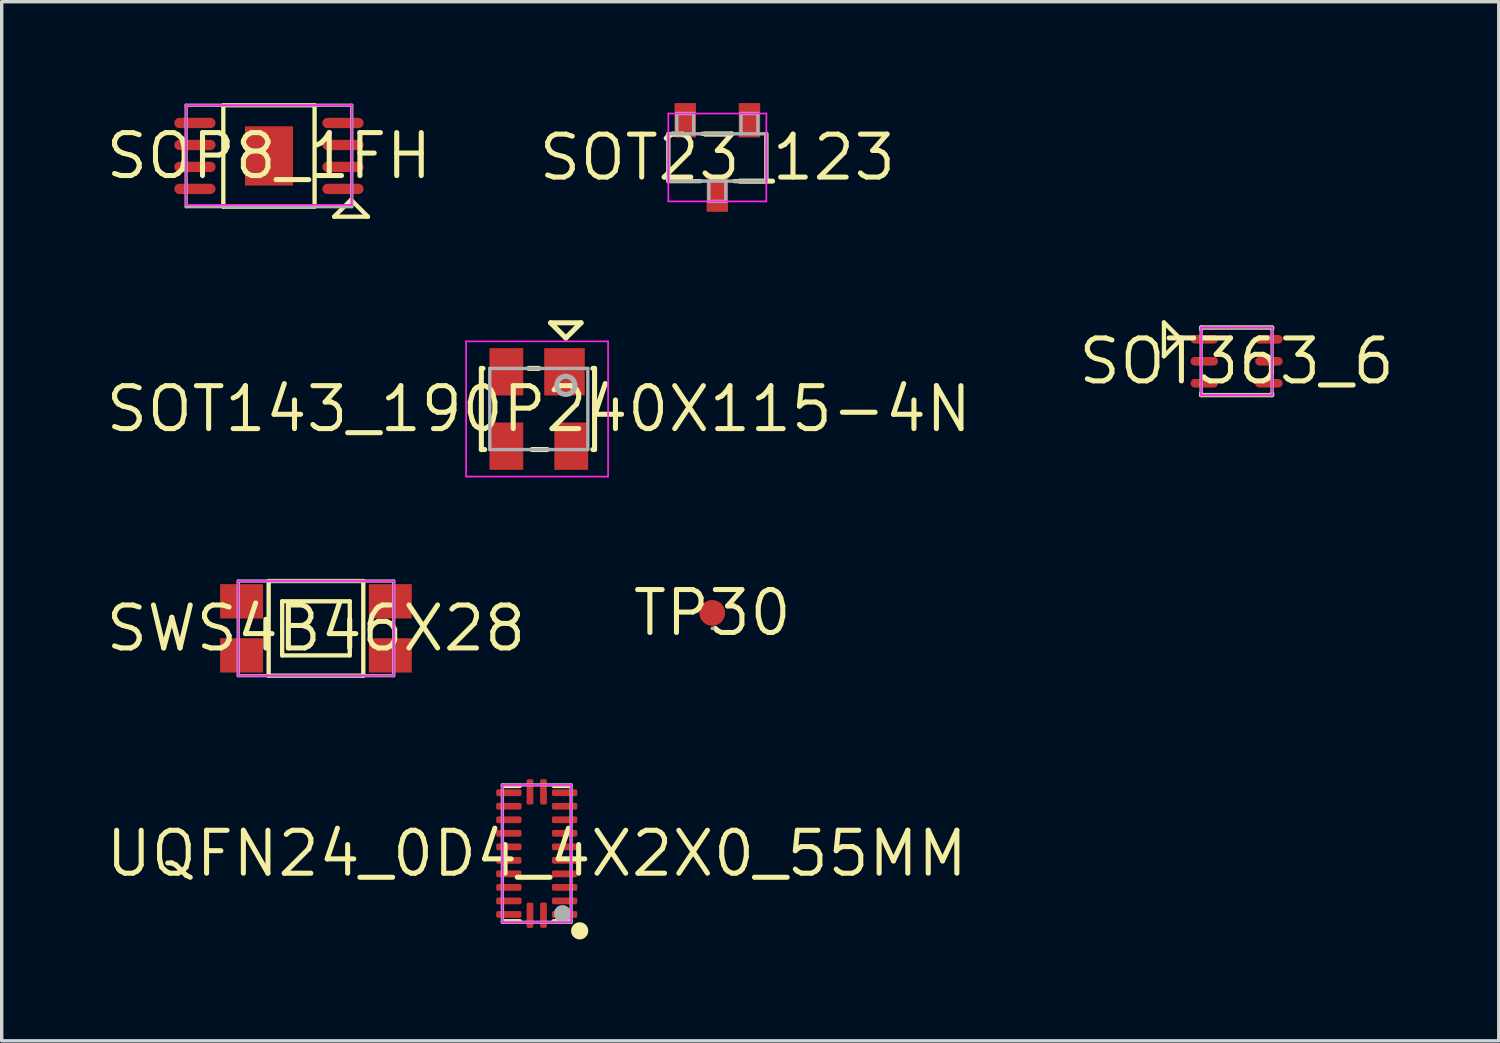
<source format=kicad_pcb>
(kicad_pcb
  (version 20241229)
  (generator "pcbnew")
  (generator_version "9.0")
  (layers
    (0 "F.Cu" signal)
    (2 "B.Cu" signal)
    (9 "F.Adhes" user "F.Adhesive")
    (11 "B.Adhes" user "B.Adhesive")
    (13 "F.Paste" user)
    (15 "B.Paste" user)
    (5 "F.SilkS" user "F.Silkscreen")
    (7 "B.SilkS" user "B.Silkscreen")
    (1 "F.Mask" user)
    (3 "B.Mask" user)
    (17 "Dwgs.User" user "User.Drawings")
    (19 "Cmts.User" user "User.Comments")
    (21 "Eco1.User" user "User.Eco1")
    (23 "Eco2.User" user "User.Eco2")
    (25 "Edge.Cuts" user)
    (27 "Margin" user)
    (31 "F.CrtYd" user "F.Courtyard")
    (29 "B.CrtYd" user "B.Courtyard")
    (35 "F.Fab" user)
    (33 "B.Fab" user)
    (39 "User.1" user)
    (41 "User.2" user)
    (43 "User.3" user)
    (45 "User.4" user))
  (footprint "SWS4B46X28"
    (layer "F.Cu")
    (at 6.297 15.538)
    (property "Reference" "SWS4B46X28" (at 0 0 0) (layer "F.SilkS") (effects (font (size 1.27 1.27) (thickness 0.15))))
    (fp_line (start -1.4 -1.4) (end -1.4 1.4) (stroke (width 0.127) (type solid)) (layer "F.SilkS"))
    (fp_line (start -1.4 1.4) (end 1.4 1.4) (stroke (width 0.127) (type solid)) (layer "F.SilkS"))
    (fp_line (start -1 -0.8) (end -1 0.8) (stroke (width 0.127) (type solid)) (layer "F.SilkS"))
    (fp_line (start -1 0.8) (end 1 0.8) (stroke (width 0.127) (type solid)) (layer "F.SilkS"))
    (fp_line (start 1 -0.8) (end -1 -0.8) (stroke (width 0.127) (type solid)) (layer "F.SilkS"))
    (fp_line (start 1 0.8) (end 1 -0.8) (stroke (width 0.127) (type solid)) (layer "F.SilkS"))
    (fp_line (start 1.4 -1.4) (end -1.4 -1.4) (stroke (width 0.127) (type solid)) (layer "F.SilkS"))
    (fp_line (start 1.4 1.4) (end 1.4 -1.4) (stroke (width 0.127) (type solid)) (layer "F.SilkS"))
    (fp_line (start -2.3 -1.4) (end 2.3 -1.4) (stroke (width 0.05) (type solid)) (layer "F.CrtYd"))
    (fp_line (start -2.3 1.4) (end -2.3 -1.4) (stroke (width 0.05) (type solid)) (layer "F.CrtYd"))
    (fp_line (start 2.3 -1.4) (end 2.3 1.4) (stroke (width 0.05) (type solid)) (layer "F.CrtYd"))
    (fp_line (start 2.3 1.4) (end -2.3 1.4) (stroke (width 0.05) (type solid)) (layer "F.CrtYd"))
    (fp_line (start -2.3 -1.4) (end -2.3 1.4) (stroke (width 0.1) (type solid)) (layer "F.Fab"))
    (fp_line (start -2.3 1.4) (end 2.3 1.4) (stroke (width 0.1) (type solid)) (layer "F.Fab"))
    (fp_line (start 2.3 -1.4) (end -2.3 -1.4) (stroke (width 0.1) (type solid)) (layer "F.Fab"))
    (fp_line (start 2.3 1.4) (end 2.3 -1.4) (stroke (width 0.1) (type solid)) (layer "F.Fab"))
    (pad "1" smd rect (at -2.2 0.8 270) (size 1.016 1.27) (layers "F.Cu" "F.Mask" "F.Paste"))
    (pad "2" smd rect (at -2.2 -0.8 270) (size 1.016 1.27) (layers "F.Cu" "F.Mask" "F.Paste"))
    (pad "3" smd rect (at 2.2 0.8 270) (size 1.016 1.27) (layers "F.Cu" "F.Mask" "F.Paste"))
    (pad "4" smd rect (at 2.2 -0.8 270) (size 1.016 1.27) (layers "F.Cu" "F.Mask" "F.Paste")))
  (footprint "TP30"
    (layer "F.Cu")
    (at 18.02 15.081)
    (property "Reference" "TP30" (at 0 0 180) (layer "F.SilkS") (effects (font (size 1.27 1.27) (thickness 0.15))))
    (fp_line (start 0 0.457) (end 0.025 0.457) (stroke (width 0.1) (type solid)) (layer "F.Fab"))
    (pad "1" smd circle (at 0 0) (size 0.762 0.762) (layers "F.Cu" "F.Mask" "F.Paste")))
  (footprint "UQFN24_0D4_4X2X0_55MM"
    (layer "F.Cu")
    (at 12.828 22.201)
    (property "Reference" "UQFN24_0D4_4X2X0_55MM" (at 0 0 180) (layer "F.SilkS") (effects (font (size 1.27 1.27) (thickness 0.15))))
    (fp_line (start -1 -2) (end -0.5 -2) (stroke (width 0.127) (type solid)) (layer "F.SilkS"))
    (fp_line (start -1 2) (end -0.5 2) (stroke (width 0.127) (type solid)) (layer "F.SilkS"))
    (fp_line (start 0.5 -2) (end 1 -2) (stroke (width 0.127) (type solid)) (layer "F.SilkS"))
    (fp_line (start 1 2) (end 0.5 2) (stroke (width 0.127) (type solid)) (layer "F.SilkS"))
    (fp_arc (start 1.27 2.159) (mid 1.27 2.413) (end 1.27 2.159) (stroke (width 0.254) (type solid)) (layer "F.SilkS"))
    (fp_line (start -1.016 -2.032) (end 1.016 -2.032) (stroke (width 0.05) (type solid)) (layer "F.CrtYd"))
    (fp_line (start -1.016 2.032) (end -1.016 -2.032) (stroke (width 0.05) (type solid)) (layer "F.CrtYd"))
    (fp_line (start 1.016 -2.032) (end 1.016 2.032) (stroke (width 0.05) (type solid)) (layer "F.CrtYd"))
    (fp_line (start 1.016 2.032) (end -1.016 2.032) (stroke (width 0.05) (type solid)) (layer "F.CrtYd"))
    (fp_line (start -1.016 -2.032) (end 1.016 -2.032) (stroke (width 0.1) (type solid)) (layer "F.Fab"))
    (fp_line (start -1.016 2.032) (end -1.016 -2.032) (stroke (width 0.1) (type solid)) (layer "F.Fab"))
    (fp_line (start 1.016 -2.032) (end 1.016 2.032) (stroke (width 0.1) (type solid)) (layer "F.Fab"))
    (fp_line (start 1.016 2.032) (end -1.016 2.032) (stroke (width 0.1) (type solid)) (layer "F.Fab"))
    (fp_arc (start 0.762 1.651) (mid 0.762 1.905) (end 0.762 1.651) (stroke (width 0.254) (type solid)) (layer "F.Fab"))
    (pad "1" smd roundrect (at 0.825 1.8 90) (size 0.2 0.75) (layers "F.Cu" "F.Mask" "F.Paste") (roundrect_rratio 0.25))
    (pad "2" smd roundrect (at 0.825 1.4 90) (size 0.2 0.75) (layers "F.Cu" "F.Mask" "F.Paste") (roundrect_rratio 0.25))
    (pad "3" smd roundrect (at 0.825 1 90) (size 0.2 0.75) (layers "F.Cu" "F.Mask" "F.Paste") (roundrect_rratio 0.25))
    (pad "4" smd roundrect (at 0.825 0.6 90) (size 0.2 0.75) (layers "F.Cu" "F.Mask" "F.Paste") (roundrect_rratio 0.25))
    (pad "5" smd roundrect (at 0.825 0.2 90) (size 0.2 0.75) (layers "F.Cu" "F.Mask" "F.Paste") (roundrect_rratio 0.25))
    (pad "6" smd roundrect (at 0.825 -0.2 90) (size 0.2 0.75) (layers "F.Cu" "F.Mask" "F.Paste") (roundrect_rratio 0.25))
    (pad "7" smd roundrect (at 0.825 -0.6 90) (size 0.2 0.75) (layers "F.Cu" "F.Mask" "F.Paste") (roundrect_rratio 0.25))
    (pad "8" smd roundrect (at 0.825 -1 90) (size 0.2 0.75) (layers "F.Cu" "F.Mask" "F.Paste") (roundrect_rratio 0.25))
    (pad "9" smd roundrect (at 0.825 -1.4 90) (size 0.2 0.75) (layers "F.Cu" "F.Mask" "F.Paste") (roundrect_rratio 0.25))
    (pad "10" smd roundrect (at 0.825 -1.8 90) (size 0.2 0.75) (layers "F.Cu" "F.Mask" "F.Paste") (roundrect_rratio 0.25))
    (pad "11" smd roundrect (at 0.2 -1.825 180) (size 0.2 0.75) (layers "F.Cu" "F.Mask" "F.Paste") (roundrect_rratio 0.25))
    (pad "12" smd roundrect (at -0.2 -1.825 180) (size 0.2 0.75) (layers "F.Cu" "F.Mask" "F.Paste") (roundrect_rratio 0.25))
    (pad "13" smd roundrect (at -0.825 -1.8 270) (size 0.2 0.75) (layers "F.Cu" "F.Mask" "F.Paste") (roundrect_rratio 0.25))
    (pad "14" smd roundrect (at -0.825 -1.4 270) (size 0.2 0.75) (layers "F.Cu" "F.Mask" "F.Paste") (roundrect_rratio 0.25))
    (pad "15" smd roundrect (at -0.825 -1 270) (size 0.2 0.75) (layers "F.Cu" "F.Mask" "F.Paste") (roundrect_rratio 0.25))
    (pad "16" smd roundrect (at -0.825 -0.6 270) (size 0.2 0.75) (layers "F.Cu" "F.Mask" "F.Paste") (roundrect_rratio 0.25))
    (pad "17" smd roundrect (at -0.825 -0.2 270) (size 0.2 0.75) (layers "F.Cu" "F.Mask" "F.Paste") (roundrect_rratio 0.25))
    (pad "18" smd roundrect (at -0.825 0.2 270) (size 0.2 0.75) (layers "F.Cu" "F.Mask" "F.Paste") (roundrect_rratio 0.25))
    (pad "19" smd roundrect (at -0.825 0.6 270) (size 0.2 0.75) (layers "F.Cu" "F.Mask" "F.Paste") (roundrect_rratio 0.25))
    (pad "20" smd roundrect (at -0.825 1 270) (size 0.2 0.75) (layers "F.Cu" "F.Mask" "F.Paste") (roundrect_rratio 0.25))
    (pad "21" smd roundrect (at -0.825 1.4 270) (size 0.2 0.75) (layers "F.Cu" "F.Mask" "F.Paste") (roundrect_rratio 0.25))
    (pad "22" smd roundrect (at -0.825 1.8 270) (size 0.2 0.75) (layers "F.Cu" "F.Mask" "F.Paste") (roundrect_rratio 0.25))
    (pad "23" smd roundrect (at -0.2 1.825) (size 0.2 0.75) (layers "F.Cu" "F.Mask" "F.Paste") (roundrect_rratio 0.25))
    (pad "24" smd roundrect (at 0.2 1.825) (size 0.2 0.75) (layers "F.Cu" "F.Mask" "F.Paste") (roundrect_rratio 0.25)))
  (footprint "SOT143_190P240X115-4N"
    (layer "F.Cu")
    (at 12.889 9.049)
    (property "Reference" "SOT143_190P240X115-4N" (at 0 0 180) (layer "F.SilkS") (effects (font (size 1.27 1.27) (thickness 0.15))))
    (fp_line (start -1.7 -1.2) (end -1.65 -1.2) (stroke (width 0.15) (type solid)) (layer "F.SilkS"))
    (fp_line (start -1.7 1.2) (end -1.7 -1.2) (stroke (width 0.15) (type solid)) (layer "F.SilkS"))
    (fp_line (start -1.6 1.2) (end -1.7 1.2) (stroke (width 0.15) (type solid)) (layer "F.SilkS"))
    (fp_line (start 0 -1.2) (end -0.3 -1.2) (stroke (width 0.15) (type solid)) (layer "F.SilkS"))
    (fp_line (start 0.25 1.2) (end -0.2 1.2) (stroke (width 0.15) (type solid)) (layer "F.SilkS"))
    (fp_line (start 0.35 -2.55) (end 0.8 -2.1) (stroke (width 0.15) (type solid)) (layer "F.SilkS"))
    (fp_line (start 0.8 -2.1) (end 1.25 -2.55) (stroke (width 0.15) (type solid)) (layer "F.SilkS"))
    (fp_line (start 1.25 -2.55) (end 0.35 -2.55) (stroke (width 0.15) (type solid)) (layer "F.SilkS"))
    (fp_line (start 1.6 1.2) (end 1.65 1.2) (stroke (width 0.15) (type solid)) (layer "F.SilkS"))
    (fp_line (start 1.65 -1.2) (end 1.6 -1.2) (stroke (width 0.15) (type solid)) (layer "F.SilkS"))
    (fp_line (start 1.65 1.2) (end 1.65 -1.2) (stroke (width 0.15) (type solid)) (layer "F.SilkS"))
    (fp_line (start -2.15 -2) (end -2.15 2) (stroke (width 0.05) (type solid)) (layer "F.CrtYd"))
    (fp_line (start -2.15 2) (end 2.05 2) (stroke (width 0.05) (type solid)) (layer "F.CrtYd"))
    (fp_line (start 2.05 -2) (end -2.15 -2) (stroke (width 0.05) (type solid)) (layer "F.CrtYd"))
    (fp_line (start 2.05 2) (end 2.05 -2) (stroke (width 0.05) (type solid)) (layer "F.CrtYd"))
    (fp_line (start -1.45 -1.2) (end 1.45 -1.2) (stroke (width 0.1) (type solid)) (layer "F.Fab"))
    (fp_line (start -1.45 1.2) (end -1.45 -1.2) (stroke (width 0.1) (type solid)) (layer "F.Fab"))
    (fp_line (start 1.45 -1.2) (end 1.45 1.2) (stroke (width 0.1) (type solid)) (layer "F.Fab"))
    (fp_line (start 1.45 1.2) (end -1.45 1.2) (stroke (width 0.1) (type solid)) (layer "F.Fab"))
    (fp_arc (start 0.530708 -0.699999) (mid 1.069266 -0.699991) (end 0.530708 -0.699999) (stroke (width 0.150012) (type solid)) (layer "F.Fab"))
    (pad "1" smd rect (at 0.76 -1.1) (size 1.2 1.4) (layers "F.Cu" "F.Mask" "F.Paste"))
    (pad "2" smd rect (at -0.96 -1.1) (size 1 1.4) (layers "F.Cu" "F.Mask" "F.Paste"))
    (pad "3" smd rect (at -0.96 1.1) (size 1 1.4) (layers "F.Cu" "F.Mask" "F.Paste"))
    (pad "4" smd rect (at 0.96 1.1) (size 1 1.4) (layers "F.Cu" "F.Mask" "F.Paste")))
  (footprint "SOT23_123"
    (layer "F.Cu")
    (at 18.171 1.608)
    (property "Reference" "SOT23_123" (at 0 0 180) (layer "F.SilkS") (effects (font (size 1.27 1.27) (thickness 0.15))))
    (fp_line (start -1.45 0.7) (end -1.45 -0.7) (stroke (width 0.127) (type solid)) (layer "F.SilkS"))
    (fp_line (start -0.5 0.7) (end -1.45 0.7) (stroke (width 0.127) (type solid)) (layer "F.SilkS"))
    (fp_line (start 0.45 -0.7) (end -0.45 -0.7) (stroke (width 0.127) (type solid)) (layer "F.SilkS"))
    (fp_line (start 0.5 0.7) (end 1.45 0.7) (stroke (width 0.127) (type solid)) (layer "F.SilkS"))
    (fp_line (start 1.45 0.7) (end 1.45 -0.7) (stroke (width 0.127) (type solid)) (layer "F.SilkS"))
    (fp_line (start -1.45 -1.3) (end -1.45 1.3) (stroke (width 0.05) (type solid)) (layer "F.CrtYd"))
    (fp_line (start -1.45 1.3) (end 1.45 1.3) (stroke (width 0.05) (type solid)) (layer "F.CrtYd"))
    (fp_line (start 1.45 -1.3) (end -1.45 -1.3) (stroke (width 0.05) (type solid)) (layer "F.CrtYd"))
    (fp_line (start 1.45 1.3) (end 1.45 -1.3) (stroke (width 0.05) (type solid)) (layer "F.CrtYd"))
    (fp_line (start -1.45 -0.7) (end -1.45 0.7) (stroke (width 0.1) (type solid)) (layer "F.Fab"))
    (fp_line (start -1.45 0.7) (end 1.45 0.7) (stroke (width 0.1) (type solid)) (layer "F.Fab"))
    (fp_line (start -1.2 -1.3) (end -1.2 -0.7) (stroke (width 0.1) (type solid)) (layer "F.Fab"))
    (fp_line (start -0.7 -1.3) (end -1.2 -1.3) (stroke (width 0.1) (type solid)) (layer "F.Fab"))
    (fp_line (start -0.7 -0.7) (end -0.7 -1.3) (stroke (width 0.1) (type solid)) (layer "F.Fab"))
    (fp_line (start -0.25 0.7) (end -0.25 1.3) (stroke (width 0.1) (type solid)) (layer "F.Fab"))
    (fp_line (start -0.25 1.3) (end 0.25 1.3) (stroke (width 0.1) (type solid)) (layer "F.Fab"))
    (fp_line (start 0.25 1.3) (end 0.25 0.7) (stroke (width 0.1) (type solid)) (layer "F.Fab"))
    (fp_line (start 0.7 -1.3) (end 0.7 -0.7) (stroke (width 0.1) (type solid)) (layer "F.Fab"))
    (fp_line (start 1.2 -1.3) (end 0.7 -1.3) (stroke (width 0.1) (type solid)) (layer "F.Fab"))
    (fp_line (start 1.2 -0.7) (end 1.2 -1.3) (stroke (width 0.1) (type solid)) (layer "F.Fab"))
    (fp_line (start 1.45 -0.7) (end -1.45 -0.7) (stroke (width 0.1) (type solid)) (layer "F.Fab"))
    (fp_line (start 1.45 0.7) (end 1.45 -0.7) (stroke (width 0.1) (type solid)) (layer "F.Fab"))
    (pad "1" smd rect (at 0.95 -1.1) (size 0.635 1.016) (layers "F.Cu" "F.Mask" "F.Paste"))
    (pad "2" smd rect (at -0.95 -1.1) (size 0.635 1.016) (layers "F.Cu" "F.Mask" "F.Paste"))
    (pad "3" smd rect (at 0 1.1) (size 0.635 1.016) (layers "F.Cu" "F.Mask" "F.Paste")))
  (footprint "SOP8_1FH"
    (layer "F.Cu")
    (at 4.906 1.563)
    (property "Reference" "SOP8_1FH" (at 0 0 180) (layer "F.SilkS") (effects (font (size 1.27 1.27) (thickness 0.15))))
    (fp_line (start -1.35 -1.5) (end -1.35 1.5) (stroke (width 0.127) (type solid)) (layer "F.SilkS"))
    (fp_line (start -1.35 1.5) (end 1.35 1.5) (stroke (width 0.127) (type solid)) (layer "F.SilkS"))
    (fp_line (start 1.35 -1.5) (end -1.35 -1.5) (stroke (width 0.127) (type solid)) (layer "F.SilkS"))
    (fp_line (start 1.35 1.5) (end 1.35 -1.5) (stroke (width 0.127) (type solid)) (layer "F.SilkS"))
    (fp_line (start 1.929 1.797) (end 2.429 1.297) (stroke (width 0.127) (type solid)) (layer "F.SilkS"))
    (fp_line (start 2.429 1.297) (end 2.929 1.797) (stroke (width 0.127) (type solid)) (layer "F.SilkS"))
    (fp_line (start 2.929 1.797) (end 1.929 1.797) (stroke (width 0.127) (type solid)) (layer "F.SilkS"))
    (fp_line (start -2.45 -1.5) (end -2.45 1.448) (stroke (width 0.05) (type solid)) (layer "F.CrtYd"))
    (fp_line (start -2.45 1.448) (end 2.45 1.448) (stroke (width 0.05) (type solid)) (layer "F.CrtYd"))
    (fp_line (start 2.45 -1.5) (end -2.45 -1.5) (stroke (width 0.05) (type solid)) (layer "F.CrtYd"))
    (fp_line (start 2.45 1.448) (end 2.45 -1.5) (stroke (width 0.05) (type solid)) (layer "F.CrtYd"))
    (fp_line (start -2.45 -1.5) (end -2.45 1.5) (stroke (width 0.1) (type solid)) (layer "F.Fab"))
    (fp_line (start -2.45 1.5) (end 2.45 1.5) (stroke (width 0.1) (type solid)) (layer "F.Fab"))
    (fp_line (start 2.45 -1.5) (end -2.45 -1.5) (stroke (width 0.1) (type solid)) (layer "F.Fab"))
    (fp_line (start 2.45 1.5) (end 2.45 -1.5) (stroke (width 0.1) (type solid)) (layer "F.Fab"))
    (pad "1" smd oval (at 2.19 0.975 90) (size 0.305 1.219) (layers "F.Cu" "F.Mask" "F.Paste"))
    (pad "2" smd oval (at 2.19 0.325 90) (size 0.305 1.219) (layers "F.Cu" "F.Mask" "F.Paste"))
    (pad "3" smd oval (at 2.19 -0.325 90) (size 0.305 1.219) (layers "F.Cu" "F.Mask" "F.Paste"))
    (pad "4" smd oval (at 2.19 -0.975 90) (size 0.305 1.219) (layers "F.Cu" "F.Mask" "F.Paste"))
    (pad "5" smd oval (at -2.19 -0.975 270) (size 0.305 1.219) (layers "F.Cu" "F.Mask" "F.Paste"))
    (pad "6" smd oval (at -2.19 -0.325 270) (size 0.305 1.219) (layers "F.Cu" "F.Mask" "F.Paste"))
    (pad "7" smd oval (at -2.19 0.325 270) (size 0.305 1.219) (layers "F.Cu" "F.Mask" "F.Paste"))
    (pad "8" smd oval (at -2.19 0.975 270) (size 0.305 1.219) (layers "F.Cu" "F.Mask" "F.Paste"))
    (pad "9" smd rect (at 0 0) (size 1.422 1.753) (layers "F.Cu" "F.Mask" "F.Paste")))
  (footprint "SOT363_6"
    (layer "F.Cu")
    (at 33.532 7.638)
    (property "Reference" "SOT363_6" (at 0 0 0) (layer "F.SilkS") (effects (font (size 1.27 1.27) (thickness 0.15))))
    (fp_line (start -2.15 -1.15) (end -1.65 -0.65) (stroke (width 0.127) (type solid)) (layer "F.SilkS"))
    (fp_line (start -2.15 -0.15) (end -2.15 -1.15) (stroke (width 0.127) (type solid)) (layer "F.SilkS"))
    (fp_line (start -1.65 -0.65) (end -2.15 -0.15) (stroke (width 0.127) (type solid)) (layer "F.SilkS"))
    (fp_line (start -1.05 -1) (end 1.05 -1) (stroke (width 0.127) (type solid)) (layer "F.SilkS"))
    (fp_line (start -1.05 -0.95) (end -1.05 -1) (stroke (width 0.127) (type solid)) (layer "F.SilkS"))
    (fp_line (start -1.05 0.95) (end -1.05 1) (stroke (width 0.127) (type solid)) (layer "F.SilkS"))
    (fp_line (start -1.05 1) (end 1.05 1) (stroke (width 0.127) (type solid)) (layer "F.SilkS"))
    (fp_line (start 1.05 -1) (end 1.05 -0.95) (stroke (width 0.127) (type solid)) (layer "F.SilkS"))
    (fp_line (start 1.05 1) (end 1.05 0.95) (stroke (width 0.127) (type solid)) (layer "F.SilkS"))
    (fp_line (start -1.05 -1) (end -1.05 1) (stroke (width 0.05) (type solid)) (layer "F.CrtYd"))
    (fp_line (start -1.05 1) (end 1.05 1) (stroke (width 0.05) (type solid)) (layer "F.CrtYd"))
    (fp_line (start 1.05 -1) (end -1.05 -1) (stroke (width 0.05) (type solid)) (layer "F.CrtYd"))
    (fp_line (start 1.05 1) (end 1.05 -1) (stroke (width 0.05) (type solid)) (layer "F.CrtYd"))
    (fp_line (start -1.05 -1) (end -1.05 1) (stroke (width 0.1) (type solid)) (layer "F.Fab"))
    (fp_line (start -1.05 1) (end 1.05 1) (stroke (width 0.1) (type solid)) (layer "F.Fab"))
    (fp_line (start 1.05 -1) (end -1.05 -1) (stroke (width 0.1) (type solid)) (layer "F.Fab"))
    (fp_line (start 1.05 1) (end 1.05 -1) (stroke (width 0.1) (type solid)) (layer "F.Fab"))
    (pad "1" smd oval (at -0.956 -0.65 270) (size 0.254 0.813) (layers "F.Cu" "F.Mask" "F.Paste"))
    (pad "2" smd oval (at -0.956 0 270) (size 0.254 0.813) (layers "F.Cu" "F.Mask" "F.Paste"))
    (pad "3" smd oval (at -0.956 0.65 270) (size 0.254 0.813) (layers "F.Cu" "F.Mask" "F.Paste"))
    (pad "4" smd oval (at 0.956 0.65 90) (size 0.254 0.813) (layers "F.Cu" "F.Mask" "F.Paste"))
    (pad "5" smd oval (at 0.956 0 90) (size 0.254 0.813) (layers "F.Cu" "F.Mask" "F.Paste"))
    (pad "6" smd oval (at 0.956 -0.65 90) (size 0.254 0.813) (layers "F.Cu" "F.Mask" "F.Paste")))
  (gr_rect
    (start -3 -3)
    (end 41.287 27.741)
    (stroke (width 0.1) (type default))
    (fill no)
    (layer "Edge.Cuts")))
</source>
